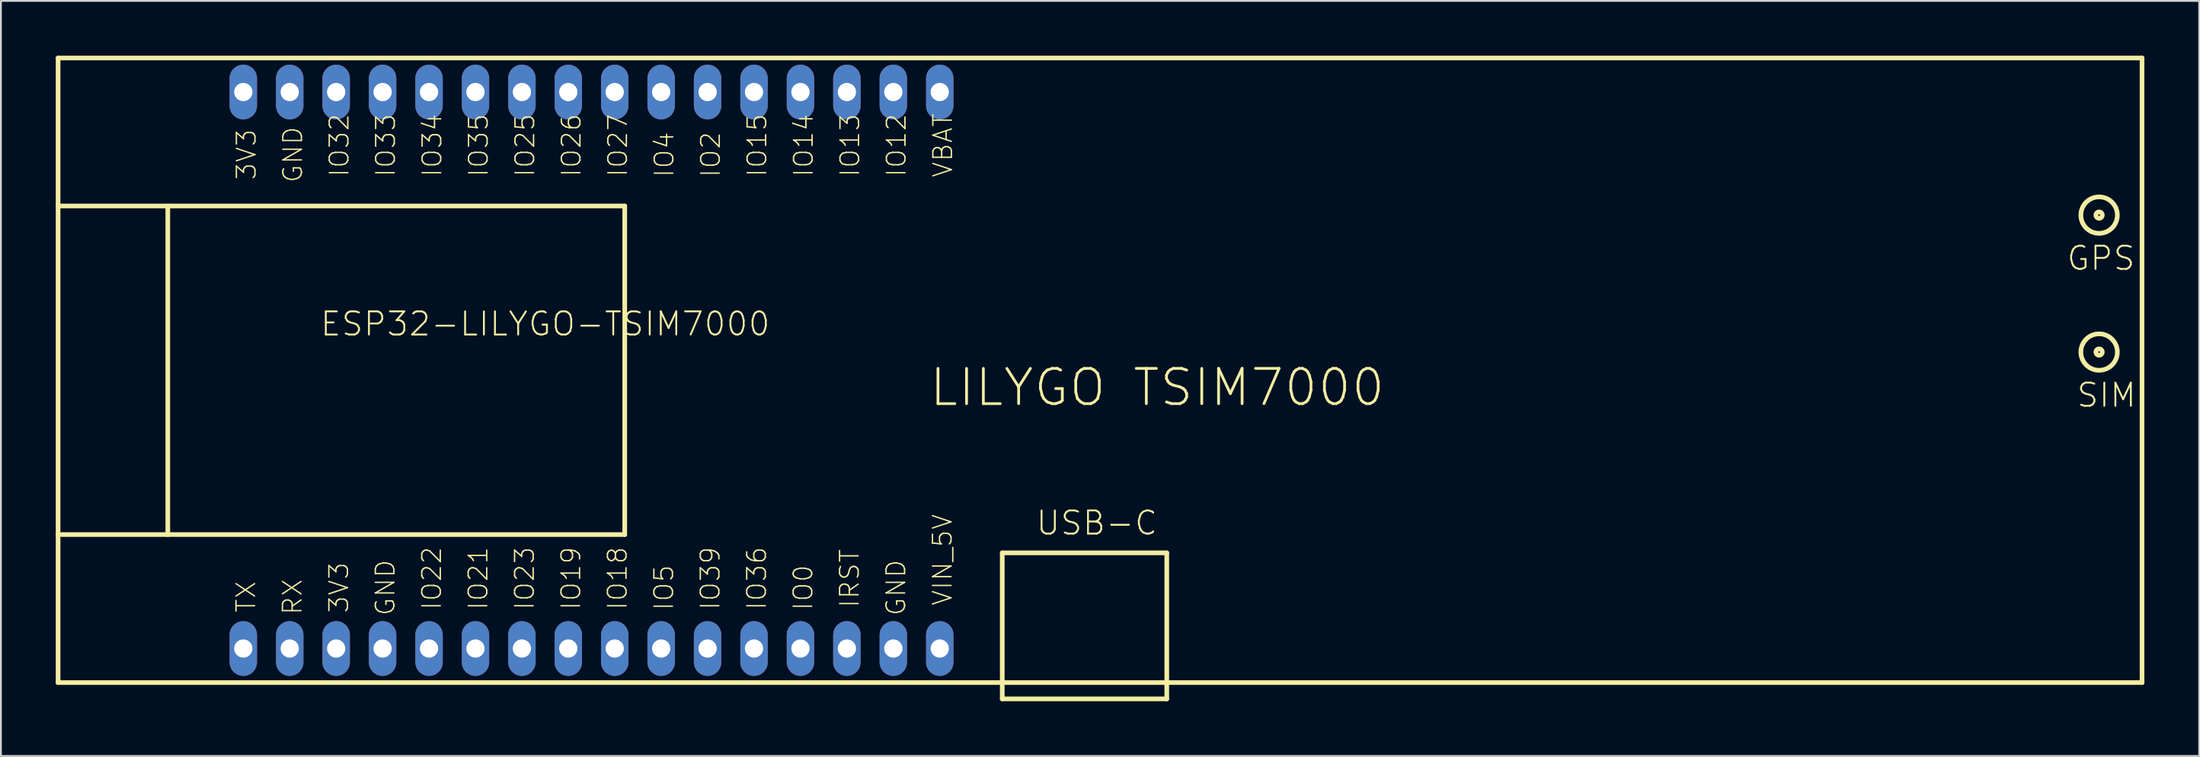
<source format=kicad_pcb>
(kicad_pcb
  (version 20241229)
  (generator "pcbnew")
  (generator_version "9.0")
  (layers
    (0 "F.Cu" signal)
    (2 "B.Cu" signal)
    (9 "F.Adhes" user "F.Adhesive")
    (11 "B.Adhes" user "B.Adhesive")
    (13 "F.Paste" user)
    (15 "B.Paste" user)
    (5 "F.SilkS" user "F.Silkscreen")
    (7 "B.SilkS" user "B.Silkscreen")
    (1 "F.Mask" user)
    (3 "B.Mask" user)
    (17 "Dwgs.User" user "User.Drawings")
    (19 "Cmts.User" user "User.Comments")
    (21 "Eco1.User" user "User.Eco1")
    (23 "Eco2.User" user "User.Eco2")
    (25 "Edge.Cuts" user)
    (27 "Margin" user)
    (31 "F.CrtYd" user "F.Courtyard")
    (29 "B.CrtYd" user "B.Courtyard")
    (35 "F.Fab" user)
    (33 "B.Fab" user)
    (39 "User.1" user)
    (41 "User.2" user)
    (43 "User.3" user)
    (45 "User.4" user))
  (footprint "ESP32-LILYGO-TSIM7000"
    (layer "F.Cu")
    (at 26.777 17.231)
    (property "Reference" "ESP32-LILYGO-TSIM7000" (at 0 -2.54 0) (layer "F.SilkS") (effects (font (size 1.27 1.27) (thickness 0.102))))
    (attr through_hole)
    (fp_line (start -26.65 -17.104) (end 87.348 -17.104) (stroke (width 0.254) (type solid)) (layer "F.SilkS"))
    (fp_line (start -26.65 -8.999) (end 4.348 -8.999) (stroke (width 0.254) (type solid)) (layer "F.SilkS"))
    (fp_line (start -26.65 8.999) (end 4.348 8.999) (stroke (width 0.254) (type solid)) (layer "F.SilkS"))
    (fp_line (start -26.65 17.104) (end -26.65 -17.104) (stroke (width 0.254) (type solid)) (layer "F.SilkS"))
    (fp_line (start -20.648 8.999) (end -20.648 -8.999) (stroke (width 0.254) (type solid)) (layer "F.SilkS"))
    (fp_line (start 4.348 8.999) (end 4.348 -8.999) (stroke (width 0.254) (type solid)) (layer "F.SilkS"))
    (fp_line (start 24.999 10) (end 24.999 17.998) (stroke (width 0.254) (type solid)) (layer "F.SilkS"))
    (fp_line (start 24.999 10) (end 33.998 10) (stroke (width 0.254) (type solid)) (layer "F.SilkS"))
    (fp_line (start 24.999 17.998) (end 33.998 17.998) (stroke (width 0.254) (type solid)) (layer "F.SilkS"))
    (fp_line (start 33.998 10) (end 33.998 17.998) (stroke (width 0.254) (type solid)) (layer "F.SilkS"))
    (fp_line (start 87.348 -17.104) (end 87.348 17.104) (stroke (width 0.254) (type solid)) (layer "F.SilkS"))
    (fp_line (start 87.348 17.104) (end -26.65 17.104) (stroke (width 0.254) (type solid)) (layer "F.SilkS"))
    (fp_circle (center 84.999 -8.499) (end 84.999 -9.497) (stroke (width 0.254) (type solid)) (fill no) (layer "F.SilkS"))
    (fp_circle (center 84.999 -8.499) (end 84.999 -8.547) (stroke (width 0.254) (type solid)) (fill no) (layer "F.SilkS"))
    (fp_circle (center 84.999 -0.998) (end 84.999 -1.996) (stroke (width 0.254) (type solid)) (fill no) (layer "F.SilkS"))
    (fp_circle (center 84.999 -0.998) (end 84.999 -1.046) (stroke (width 0.254) (type solid)) (fill no) (layer "F.SilkS"))
    (fp_text user "GND" (at -13.807 -11.814 90) (layer "F.SilkS") (effects (font (size 1.016 1.016) (thickness 0.076))))
    (fp_text user "IO33" (at -8.727 -12.322 90) (layer "F.SilkS") (effects (font (size 1.016 1.016) (thickness 0.076))))
    (fp_text user "IO19" (at 1.41 11.397 90) (layer "F.SilkS") (effects (font (size 1.016 1.016) (thickness 0.076))))
    (fp_text user "IO4" (at 6.51 -11.814 90) (layer "F.SilkS") (effects (font (size 1.016 1.016) (thickness 0.076))))
    (fp_text user "IRST" (at 16.65 11.397 90) (layer "F.SilkS") (effects (font (size 1.016 1.016) (thickness 0.076))))
    (fp_text user "VBAT" (at 21.75 -12.322 90) (layer "F.SilkS") (effects (font (size 1.016 1.016) (thickness 0.076))))
    (fp_text user "IO2" (at 9.05 -11.814 90) (layer "F.SilkS") (effects (font (size 1.016 1.016) (thickness 0.076))))
    (fp_text user "IO36" (at 11.57 11.397 90) (layer "F.SilkS") (effects (font (size 1.016 1.016) (thickness 0.076))))
    (fp_text user "IO26" (at 1.43 -12.322 90) (layer "F.SilkS") (effects (font (size 1.016 1.016) (thickness 0.076))))
    (fp_text user "IO39" (at 9.03 11.397 90) (layer "F.SilkS") (effects (font (size 1.016 1.016) (thickness 0.076))))
    (fp_text user "RX" (at -13.828 12.413 90) (layer "F.SilkS") (effects (font (size 1.016 1.016) (thickness 0.076))))
    (fp_text user "IO14" (at 14.13 -12.322 90) (layer "F.SilkS") (effects (font (size 1.016 1.016) (thickness 0.076))))
    (fp_text user "IO32" (at -11.267 -12.322 90) (layer "F.SilkS") (effects (font (size 1.016 1.016) (thickness 0.076))))
    (fp_text user "IO5" (at 6.49 11.905 90) (layer "F.SilkS") (effects (font (size 1.016 1.016) (thickness 0.076))))
    (fp_text user "IO0" (at 14.11 11.905 90) (layer "F.SilkS") (effects (font (size 1.016 1.016) (thickness 0.076))))
    (fp_text user "IO15" (at 11.59 -12.322 90) (layer "F.SilkS") (effects (font (size 1.016 1.016) (thickness 0.076))))
    (fp_text user "TX" (at -16.368 12.413 90) (layer "F.SilkS") (effects (font (size 1.016 1.016) (thickness 0.076))))
    (fp_text user "IO21" (at -3.668 11.397 90) (layer "F.SilkS") (effects (font (size 1.016 1.016) (thickness 0.076))))
    (fp_text user "3V3" (at -11.288 11.905 90) (layer "F.SilkS") (effects (font (size 1.016 1.016) (thickness 0.076))))
    (fp_text user "SIM" (at 85.405 1.364 0) (layer "F.SilkS") (effects (font (size 1.27 1.27) (thickness 0.102))))
    (fp_text user "IO12" (at 19.21 -12.322 90) (layer "F.SilkS") (effects (font (size 1.016 1.016) (thickness 0.076))))
    (fp_text user "IO35" (at -3.647 -12.322 90) (layer "F.SilkS") (effects (font (size 1.016 1.016) (thickness 0.076))))
    (fp_text user "IO18" (at 3.95 11.397 90) (layer "F.SilkS") (effects (font (size 1.016 1.016) (thickness 0.076))))
    (fp_text user "3V3" (at -16.347 -11.814 90) (layer "F.SilkS") (effects (font (size 1.016 1.016) (thickness 0.076))))
    (fp_text user "IO13" (at 16.67 -12.322 90) (layer "F.SilkS") (effects (font (size 1.016 1.016) (thickness 0.076))))
    (fp_text user "GPS" (at 85.103 -6.134 0) (layer "F.SilkS") (effects (font (size 1.27 1.27) (thickness 0.102))))
    (fp_text user "IO34" (at -6.187 -12.322 90) (layer "F.SilkS") (effects (font (size 1.016 1.016) (thickness 0.076))))
    (fp_text user "IO25" (at -1.107 -12.322 90) (layer "F.SilkS") (effects (font (size 1.016 1.016) (thickness 0.076))))
    (fp_text user "VIN_5V" (at 21.73 10.381 90) (layer "F.SilkS") (effects (font (size 1.016 1.016) (thickness 0.076))))
    (fp_text user "LILYGO TSIM7000" (at 33.477 0.942 0) (layer "F.SilkS") (effects (font (size 1.93 1.93) (thickness 0.152))))
    (fp_text user "USB-C" (at 30.173 8.364 0) (layer "F.SilkS") (effects (font (size 1.27 1.27) (thickness 0.102))))
    (fp_text user "IO27" (at 3.97 -12.322 90) (layer "F.SilkS") (effects (font (size 1.016 1.016) (thickness 0.076))))
    (fp_text user "GND" (at -8.748 11.905 90) (layer "F.SilkS") (effects (font (size 1.016 1.016) (thickness 0.076))))
    (fp_text user "IO22" (at -6.208 11.397 90) (layer "F.SilkS") (effects (font (size 1.016 1.016) (thickness 0.076))))
    (fp_text user "GND" (at 19.19 11.905 90) (layer "F.SilkS") (effects (font (size 1.016 1.016) (thickness 0.076))))
    (fp_text user "IO23" (at -1.128 11.397 90) (layer "F.SilkS") (effects (font (size 1.016 1.016) (thickness 0.076))))
    (pad "3V3@1" thru_hole oval (at -11.438 15.24) (size 1.5 3) (drill 1) (layers "*.Cu" "*.Mask"))
    (pad "3V3@2" thru_hole oval (at -16.518 -15.24) (size 1.5 3) (drill 1) (layers "*.Cu" "*.Mask"))
    (pad "D0" thru_hole oval (at 13.96 15.24) (size 1.5 3) (drill 1) (layers "*.Cu" "*.Mask"))
    (pad "D2" thru_hole oval (at 8.88 -15.24) (size 1.5 3) (drill 1) (layers "*.Cu" "*.Mask"))
    (pad "D4" thru_hole oval (at 6.34 -15.24) (size 1.5 3) (drill 1) (layers "*.Cu" "*.Mask"))
    (pad "D5" thru_hole oval (at 6.34 15.24) (size 1.5 3) (drill 1) (layers "*.Cu" "*.Mask"))
    (pad "D12" thru_hole oval (at 19.04 -15.24) (size 1.5 3) (drill 1) (layers "*.Cu" "*.Mask"))
    (pad "D13" thru_hole oval (at 16.5 -15.24) (size 1.5 3) (drill 1) (layers "*.Cu" "*.Mask"))
    (pad "D14" thru_hole oval (at 13.96 -15.24) (size 1.5 3) (drill 1) (layers "*.Cu" "*.Mask"))
    (pad "D15" thru_hole oval (at 11.42 -15.24) (size 1.5 3) (drill 1) (layers "*.Cu" "*.Mask"))
    (pad "D18" thru_hole oval (at 3.8 15.24) (size 1.5 3) (drill 1) (layers "*.Cu" "*.Mask"))
    (pad "D19" thru_hole oval (at 1.26 15.24) (size 1.5 3) (drill 1) (layers "*.Cu" "*.Mask"))
    (pad "D21" thru_hole oval (at -3.818 15.24) (size 1.5 3) (drill 1) (layers "*.Cu" "*.Mask"))
    (pad "D22" thru_hole oval (at -6.358 15.24) (size 1.5 3) (drill 1) (layers "*.Cu" "*.Mask"))
    (pad "D23" thru_hole oval (at -1.278 15.24) (size 1.5 3) (drill 1) (layers "*.Cu" "*.Mask"))
    (pad "D25" thru_hole oval (at -1.278 -15.24) (size 1.5 3) (drill 1) (layers "*.Cu" "*.Mask"))
    (pad "D26" thru_hole oval (at 1.26 -15.24) (size 1.5 3) (drill 1) (layers "*.Cu" "*.Mask"))
    (pad "D27" thru_hole oval (at 3.8 -15.24) (size 1.5 3) (drill 1) (layers "*.Cu" "*.Mask"))
    (pad "D32" thru_hole oval (at -11.438 -15.24) (size 1.5 3) (drill 1) (layers "*.Cu" "*.Mask"))
    (pad "D33" thru_hole oval (at -8.898 -15.24) (size 1.5 3) (drill 1) (layers "*.Cu" "*.Mask"))
    (pad "D34" thru_hole oval (at -6.358 -15.24) (size 1.5 3) (drill 1) (layers "*.Cu" "*.Mask"))
    (pad "D35" thru_hole oval (at -3.818 -15.24) (size 1.5 3) (drill 1) (layers "*.Cu" "*.Mask"))
    (pad "D36" thru_hole oval (at 11.42 15.24) (size 1.5 3) (drill 1) (layers "*.Cu" "*.Mask"))
    (pad "D39" thru_hole oval (at 8.88 15.24) (size 1.5 3) (drill 1) (layers "*.Cu" "*.Mask"))
    (pad "GND@1" thru_hole oval (at -8.898 15.24) (size 1.5 3) (drill 1) (layers "*.Cu" "*.Mask"))
    (pad "GND@2" thru_hole oval (at 19.04 15.24) (size 1.5 3) (drill 1) (layers "*.Cu" "*.Mask"))
    (pad "GND@3" thru_hole oval (at -13.978 -15.24) (size 1.5 3) (drill 1) (layers "*.Cu" "*.Mask"))
    (pad "RST" thru_hole oval (at 16.5 15.24) (size 1.5 3) (drill 1) (layers "*.Cu" "*.Mask"))
    (pad "RX" thru_hole oval (at -13.978 15.24) (size 1.5 3) (drill 1) (layers "*.Cu" "*.Mask"))
    (pad "TX" thru_hole oval (at -16.518 15.24) (size 1.5 3) (drill 1) (layers "*.Cu" "*.Mask"))
    (pad "VBAT" thru_hole oval (at 21.58 -15.24) (size 1.5 3) (drill 1) (layers "*.Cu" "*.Mask"))
    (pad "VIN_5V" thru_hole oval (at 21.58 15.24) (size 1.5 3) (drill 1) (layers "*.Cu" "*.Mask")))
  (gr_rect
    (start -3 -3)
    (end 117.252 38.357)
    (stroke (width 0.1) (type default))
    (fill no)
    (layer "Edge.Cuts")))
</source>
